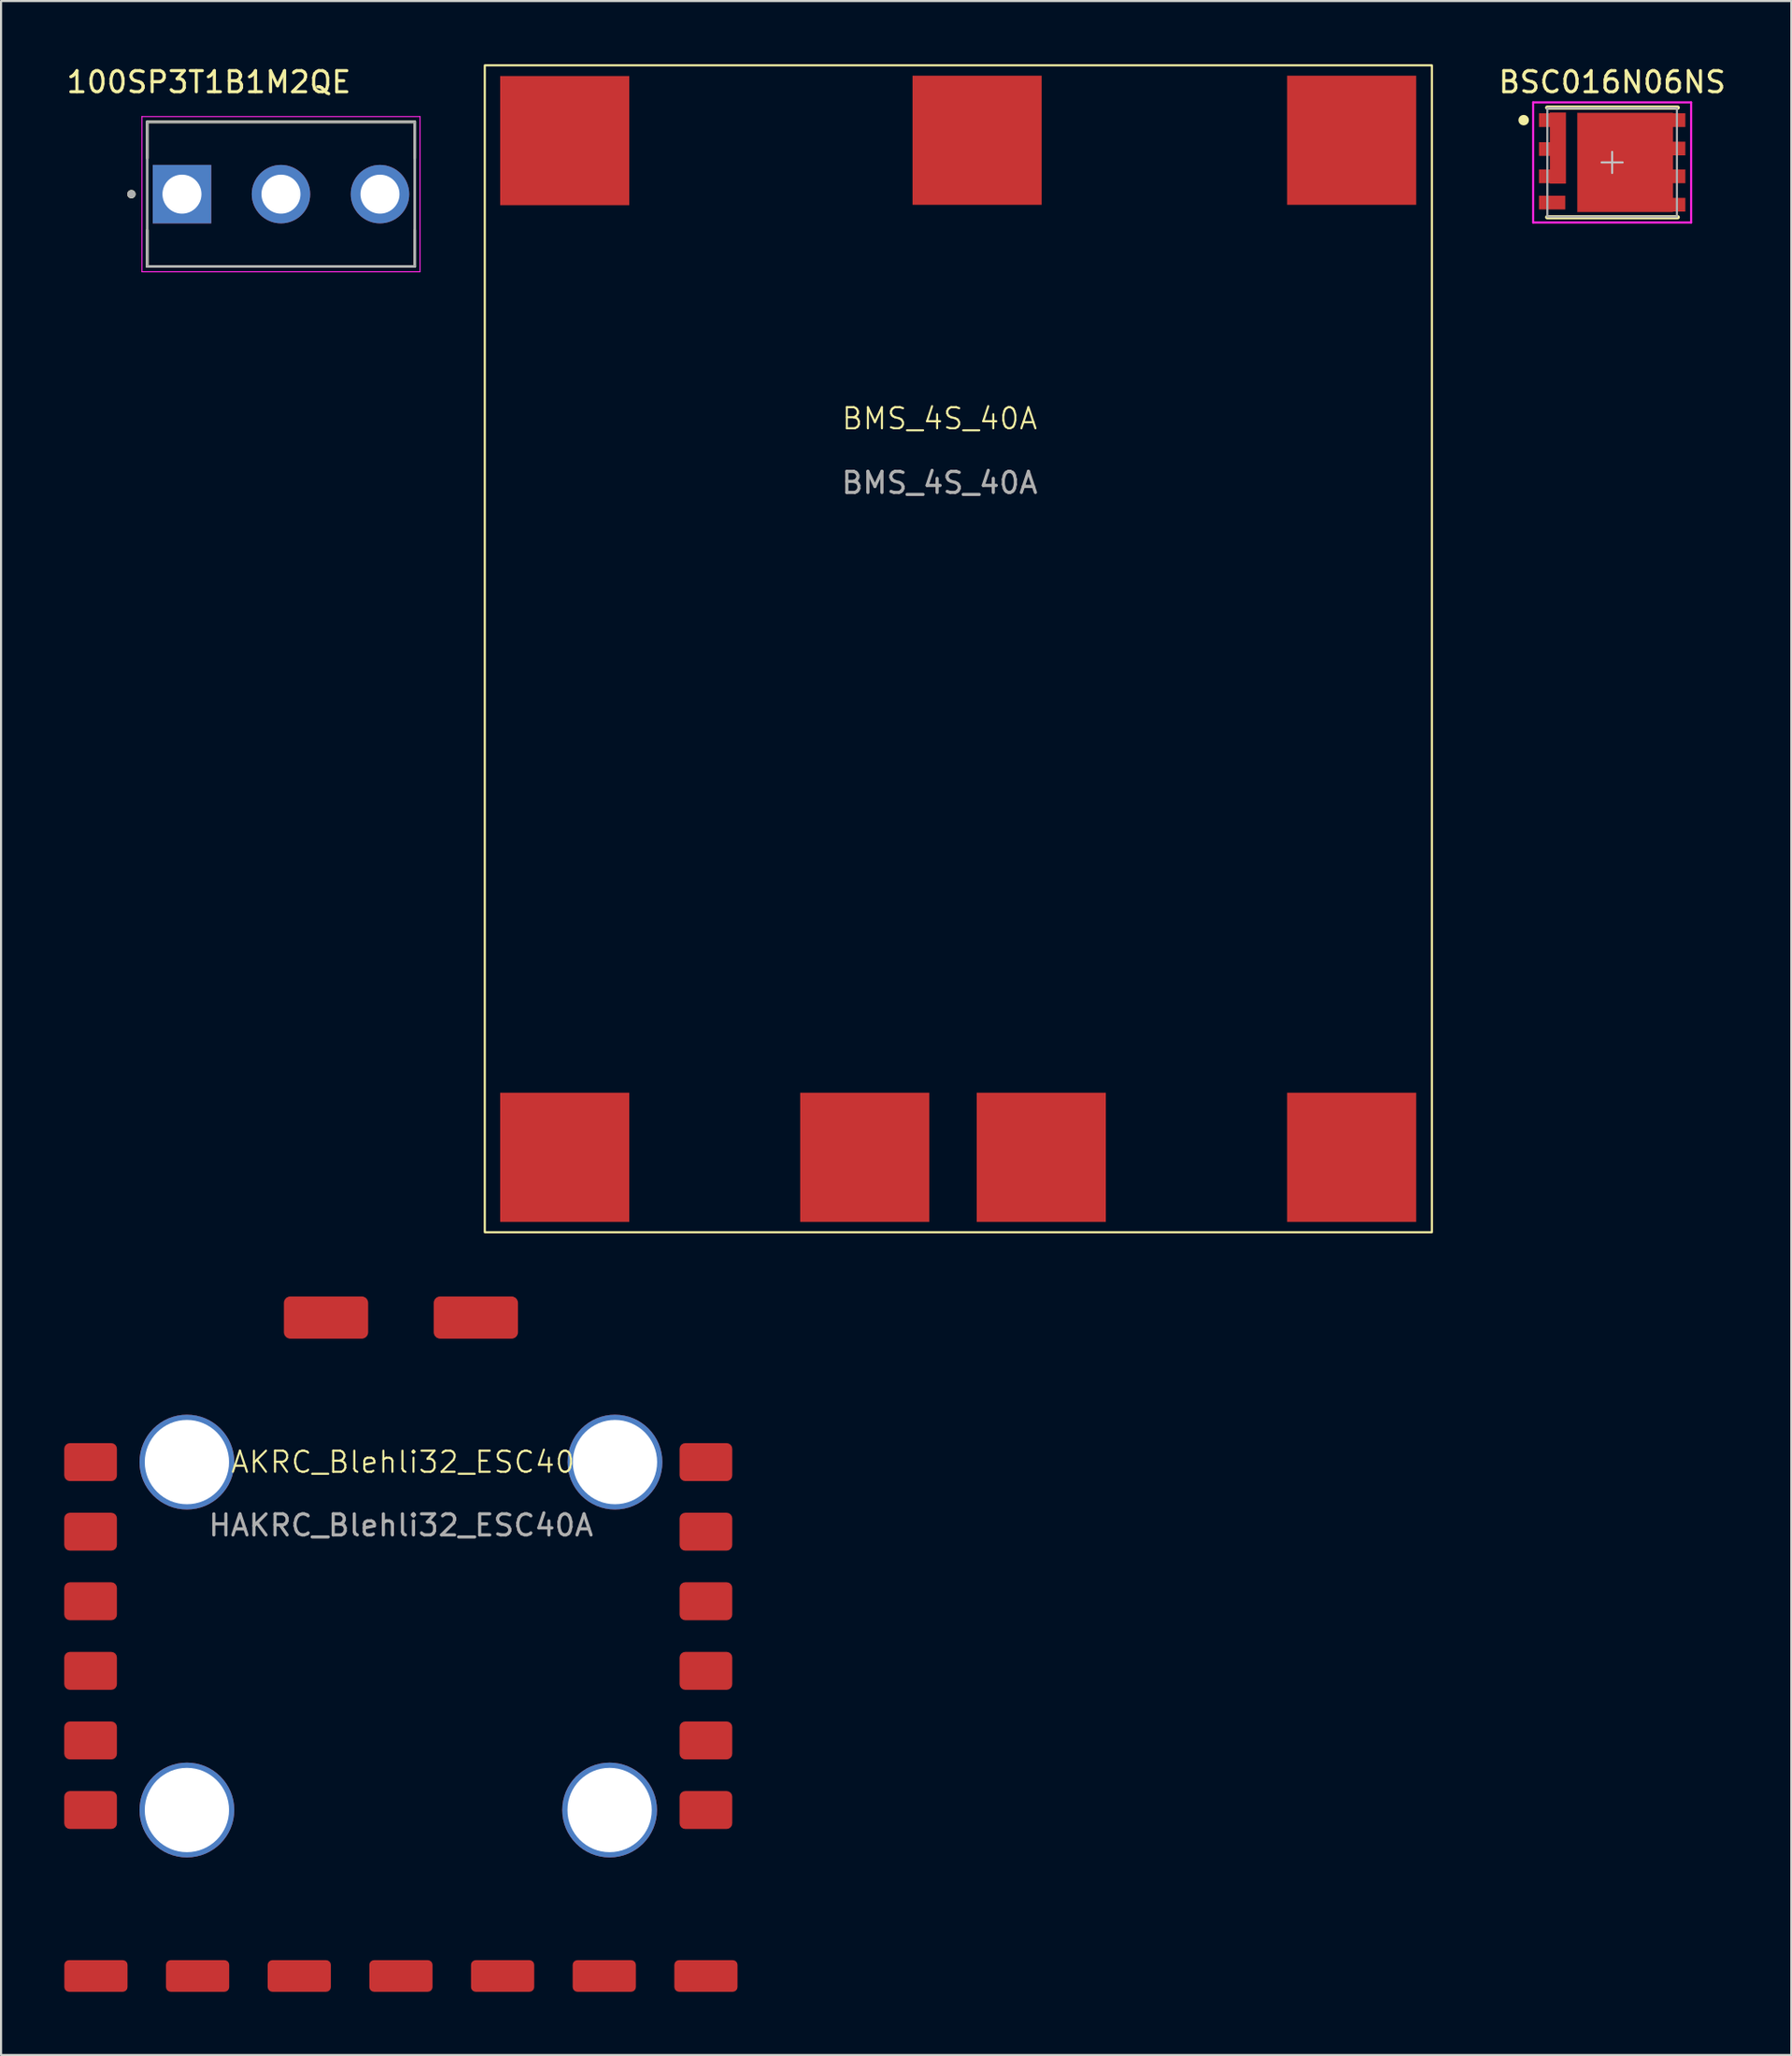
<source format=kicad_pcb>
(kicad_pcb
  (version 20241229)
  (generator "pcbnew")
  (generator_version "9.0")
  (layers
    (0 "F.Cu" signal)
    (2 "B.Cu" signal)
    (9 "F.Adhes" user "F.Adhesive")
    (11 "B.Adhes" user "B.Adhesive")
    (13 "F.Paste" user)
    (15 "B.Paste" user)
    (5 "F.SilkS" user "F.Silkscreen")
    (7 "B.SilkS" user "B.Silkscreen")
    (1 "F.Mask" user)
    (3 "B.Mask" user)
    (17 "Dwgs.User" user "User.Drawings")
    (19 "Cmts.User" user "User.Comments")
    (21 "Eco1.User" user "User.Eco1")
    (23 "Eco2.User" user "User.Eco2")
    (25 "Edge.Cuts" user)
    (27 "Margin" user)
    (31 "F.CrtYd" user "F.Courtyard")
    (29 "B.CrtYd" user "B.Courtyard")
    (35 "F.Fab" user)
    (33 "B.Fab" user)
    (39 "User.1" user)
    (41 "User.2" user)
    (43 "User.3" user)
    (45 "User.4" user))
  (footprint "100SP3T1B1M2QE"
    (layer "F.Cu")
    (at 10.288 6.163)
    (property "Reference" "100SP3T1B1M2QE" (at -3.425 -5.315 0) (layer "F.SilkS") (effects (font (size 1 1) (thickness 0.15))))
    (attr through_hole)
    (fp_line (start -6.35 -3.43) (end 6.35 -3.43) (stroke (width 0.127) (type solid)) (layer "F.SilkS"))
    (fp_line (start -6.35 -1.708) (end -6.35 -3.43) (stroke (width 0.127) (type solid)) (layer "F.SilkS"))
    (fp_line (start -6.35 3.43) (end -6.35 1.708) (stroke (width 0.127) (type solid)) (layer "F.SilkS"))
    (fp_line (start 6.35 -3.43) (end 6.35 -1.708) (stroke (width 0.127) (type solid)) (layer "F.SilkS"))
    (fp_line (start 6.35 3.43) (end -6.35 3.43) (stroke (width 0.127) (type solid)) (layer "F.SilkS"))
    (fp_line (start 6.35 3.43) (end 6.35 1.708) (stroke (width 0.127) (type solid)) (layer "F.SilkS"))
    (fp_circle (center -7.1 0) (end -7 0) (stroke (width 0.2) (type solid)) (fill no) (layer "F.SilkS"))
    (fp_line (start -6.6 -3.68) (end -6.6 3.68) (stroke (width 0.05) (type solid)) (layer "F.CrtYd"))
    (fp_line (start -6.6 3.68) (end 6.6 3.68) (stroke (width 0.05) (type solid)) (layer "F.CrtYd"))
    (fp_line (start 6.6 -3.68) (end -6.6 -3.68) (stroke (width 0.05) (type solid)) (layer "F.CrtYd"))
    (fp_line (start 6.6 3.68) (end 6.6 -3.68) (stroke (width 0.05) (type solid)) (layer "F.CrtYd"))
    (fp_line (start -6.35 -3.43) (end 6.35 -3.43) (stroke (width 0.127) (type solid)) (layer "F.Fab"))
    (fp_line (start -6.35 3.43) (end -6.35 -3.43) (stroke (width 0.127) (type solid)) (layer "F.Fab"))
    (fp_line (start 6.35 -3.43) (end 6.35 3.43) (stroke (width 0.127) (type solid)) (layer "F.Fab"))
    (fp_line (start 6.35 3.43) (end -6.35 3.43) (stroke (width 0.127) (type solid)) (layer "F.Fab"))
    (fp_circle (center -7.1 0) (end -7 0) (stroke (width 0.2) (type solid)) (fill no) (layer "F.Fab"))
    (pad "1" thru_hole rect (at -4.7 0) (size 2.775 2.775) (drill 1.85) (layers "*.Cu" "*.Mask"))
    (pad "2" thru_hole circle (at 0 0) (size 2.775 2.775) (drill 1.85) (layers "*.Cu" "*.Mask"))
    (pad "3" thru_hole circle (at 4.7 0) (size 2.775 2.775) (drill 1.85) (layers "*.Cu" "*.Mask")))
  (footprint "HAKRC_Blehli32_ESC40A"
    (layer "F.Cu")
    (at 15.982 66.33)
    (property "Reference" "HAKRC_Blehli32_ESC40A" (at 0 0 0) (unlocked yes) (layer "F.SilkS") (effects (font (size 1 1) (thickness 0.1))))
    (attr smd)
    (fp_text user "${REFERENCE}" (at 0 3 0) (unlocked yes) (layer "F.Fab") (effects (font (size 1 1) (thickness 0.15))))
    (pad "1" smd roundrect (at -14.732 0) (size 2.5 1.8) (layers "F.Cu" "F.Mask" "F.Paste") (roundrect_rratio 0.15))
    (pad "1" smd roundrect (at -14.732 3.302) (size 2.5 1.8) (layers "F.Cu" "F.Mask" "F.Paste") (roundrect_rratio 0.15))
    (pad "1" smd roundrect (at -14.732 6.604) (size 2.5 1.8) (layers "F.Cu" "F.Mask" "F.Paste") (roundrect_rratio 0.15))
    (pad "2" smd roundrect (at -14.732 9.906) (size 2.5 1.8) (layers "F.Cu" "F.Mask" "F.Paste") (roundrect_rratio 0.15))
    (pad "2" smd roundrect (at -14.732 13.208) (size 2.5 1.8) (layers "F.Cu" "F.Mask" "F.Paste") (roundrect_rratio 0.15))
    (pad "2" smd roundrect (at -14.732 16.51) (size 2.5 1.8) (layers "F.Cu" "F.Mask" "F.Paste") (roundrect_rratio 0.15))
    (pad "3" smd roundrect (at 14.478 0) (size 2.5 1.8) (layers "F.Cu" "F.Mask" "F.Paste") (roundrect_rratio 0.15))
    (pad "3" smd roundrect (at 14.478 3.302) (size 2.5 1.8) (layers "F.Cu" "F.Mask" "F.Paste") (roundrect_rratio 0.15))
    (pad "3" smd roundrect (at 14.478 6.604) (size 2.5 1.8) (layers "F.Cu" "F.Mask" "F.Paste") (roundrect_rratio 0.15))
    (pad "4" smd roundrect (at 14.478 9.906) (size 2.5 1.8) (layers "F.Cu" "F.Mask" "F.Paste") (roundrect_rratio 0.15))
    (pad "4" smd roundrect (at 14.478 13.208) (size 2.5 1.8) (layers "F.Cu" "F.Mask" "F.Paste") (roundrect_rratio 0.15))
    (pad "4" smd roundrect (at 14.478 16.51) (size 2.5 1.8) (layers "F.Cu" "F.Mask" "F.Paste") (roundrect_rratio 0.15))
    (pad "5" smd roundrect (at -3.556 -6.858) (size 4 2) (layers "F.Cu" "F.Mask" "F.Paste") (roundrect_rratio 0.15))
    (pad "6" smd roundrect (at 3.556 -6.858) (size 4 2) (layers "F.Cu" "F.Mask" "F.Paste") (roundrect_rratio 0.15))
    (pad "7" smd roundrect (at 14.478 24.384 90) (size 1.5 3) (layers "F.Cu" "F.Mask" "F.Paste") (roundrect_rratio 0.15))
    (pad "8" smd roundrect (at 9.652 24.384 90) (size 1.5 3) (layers "F.Cu" "F.Mask" "F.Paste") (roundrect_rratio 0.15))
    (pad "9" smd roundrect (at 4.826 24.384 90) (size 1.5 3) (layers "F.Cu" "F.Mask" "F.Paste") (roundrect_rratio 0.15))
    (pad "10" smd roundrect (at 0 24.384 90) (size 1.5 3) (layers "F.Cu" "F.Mask" "F.Paste") (roundrect_rratio 0.15))
    (pad "11" smd roundrect (at -4.826 24.384 90) (size 1.5 3) (layers "F.Cu" "F.Mask" "F.Paste") (roundrect_rratio 0.15))
    (pad "12" smd roundrect (at -9.652 24.384 90) (size 1.5 3) (layers "F.Cu" "F.Mask" "F.Paste") (roundrect_rratio 0.15))
    (pad "13" smd roundrect (at -14.478 24.384 90) (size 1.5 3) (layers "F.Cu" "F.Mask" "F.Paste") (roundrect_rratio 0.15))
    (pad "14" thru_hole circle (at -10.16 0 90) (size 4.5 4.5) (drill 4) (layers "*.Cu" "*.Mask"))
    (pad "14" thru_hole circle (at -10.16 16.51 90) (size 4.5 4.5) (drill 4) (layers "*.Cu" "*.Mask"))
    (pad "14" thru_hole circle (at 9.906 16.51 90) (size 4.5 4.5) (drill 4) (layers "*.Cu" "*.Mask"))
    (pad "14" thru_hole circle (at 10.16 0 90) (size 4.5 4.5) (drill 4) (layers "*.Cu" "*.Mask")))
  (footprint "BMS_4S_40A"
    (layer "F.Cu")
    (at 41.553 29.006)
    (property "Reference" "BMS_4S_40A" (at 0 -12.192 0) (unlocked yes) (layer "F.SilkS") (effects (font (size 1 1) (thickness 0.1))))
    (attr smd)
    (fp_rect (start -21.59 -28.956) (end 23.368 26.416) (stroke (width 0.1) (type default)) (fill no) (layer "F.SilkS"))
    (fp_text user "${REFERENCE}" (at 0 -9.144 0) (unlocked yes) (layer "F.Fab") (effects (font (size 1 1) (thickness 0.15))))
    (pad "1" smd rect (at -17.796 -25.384) (size 6.128 6.128) (layers "F.Cu" "F.Mask" "F.Paste"))
    (pad "3" smd rect (at -17.796 22.86) (size 6.128 6.128) (layers "F.Cu" "F.Mask" "F.Paste"))
    (pad "3" smd rect (at -3.556 22.86) (size 6.128 6.128) (layers "F.Cu" "F.Mask" "F.Paste"))
    (pad "3" smd rect (at 1.778 -25.4) (size 6.128 6.128) (layers "F.Cu" "F.Mask" "F.Paste"))
    (pad "3" smd rect (at 4.826 22.86) (size 6.128 6.128) (layers "F.Cu" "F.Mask" "F.Paste"))
    (pad "3" smd rect (at 19.558 -25.4) (size 6.128 6.128) (layers "F.Cu" "F.Mask" "F.Paste"))
    (pad "3" smd rect (at 19.558 22.86) (size 6.128 6.128) (layers "F.Cu" "F.Mask" "F.Paste")))
  (footprint "BSC016N06NS"
    (layer "F.Cu")
    (at 73.477 4.658)
    (property "Reference" "BSC016N06NS" (at 0 -3.81 0) (layer "F.SilkS") (effects (font (size 1 1) (thickness 0.15))))
    (attr smd)
    (fp_poly (pts (xy -2.95 -2.365) (xy -2.2 -2.365) (xy -2.2 1) (xy -2.95 1)) (stroke (width 0.01) (type solid)) (fill yes) (layer "F.Cu"))
    (fp_poly (pts (xy -1.65 -2.35) (xy 2.884 -2.35) (xy 2.884 2.35) (xy -1.65 2.35)) (stroke (width 0.01) (type solid)) (fill yes) (layer "F.Cu"))
    (fp_poly (pts (xy -2.95 -2.365) (xy -2.2 -2.365) (xy -2.2 1) (xy -2.95 1)) (stroke (width 0.01) (type solid)) (fill yes) (layer "F.Mask"))
    (fp_poly (pts (xy -1.65 -2.35) (xy 2.884 -2.35) (xy 2.884 2.35) (xy -1.65 2.35)) (stroke (width 0.01) (type solid)) (fill yes) (layer "F.Mask"))
    (fp_line (start -3.084 -2.6) (end 3.115 -2.6) (stroke (width 0.2) (type solid)) (layer "F.SilkS"))
    (fp_line (start -3.084 2.6) (end 3.115 2.6) (stroke (width 0.2) (type solid)) (layer "F.SilkS"))
    (fp_circle (center -4.2 -2.007) (end -4.075 -2.007) (stroke (width 0.25) (type solid)) (fill no) (layer "F.SilkS"))
    (fp_poly (pts (xy -2.95 -2.365) (xy -2.2 -2.365) (xy -2.2 1) (xy -2.95 1)) (stroke (width 0.01) (type solid)) (fill yes) (layer "F.Paste"))
    (fp_poly (pts (xy -1.65 -2.35) (xy 2.884 -2.35) (xy 2.884 2.35) (xy -1.65 2.35)) (stroke (width 0.01) (type solid)) (fill yes) (layer "F.Paste"))
    (fp_line (start -0.5 0) (end 0.5 0) (stroke (width 0.1) (type solid)) (layer "Dwgs.User"))
    (fp_line (start 0 0.5) (end 0 -0.5) (stroke (width 0.1) (type solid)) (layer "Dwgs.User"))
    (fp_line (start -3.75 -2.85) (end 3.75 -2.85) (stroke (width 0.1) (type solid)) (layer "F.CrtYd"))
    (fp_line (start -3.75 2.85) (end -3.75 -2.85) (stroke (width 0.1) (type solid)) (layer "F.CrtYd"))
    (fp_line (start -3.75 2.85) (end 3.75 2.85) (stroke (width 0.1) (type solid)) (layer "F.CrtYd"))
    (fp_line (start 3.75 2.85) (end 3.75 -2.85) (stroke (width 0.1) (type solid)) (layer "F.CrtYd"))
    (fp_line (start -3.075 -2.575) (end 3.075 -2.575) (stroke (width 0.1) (type solid)) (layer "F.Fab"))
    (fp_line (start -3.075 2.575) (end -3.075 -2.575) (stroke (width 0.1) (type solid)) (layer "F.Fab"))
    (fp_line (start -3.075 2.575) (end 3.075 2.575) (stroke (width 0.1) (type solid)) (layer "F.Fab"))
    (fp_line (start 3.075 2.575) (end 3.075 -2.575) (stroke (width 0.1) (type solid)) (layer "F.Fab"))
    (pad "1" smd rect (at -2.85 -2.007) (size 1.25 0.65) (layers "F.Cu" "F.Mask" "F.Paste"))
    (pad "2" smd rect (at -2.85 -0.635) (size 1.25 0.65) (layers "F.Cu" "F.Mask" "F.Paste"))
    (pad "3" smd rect (at -2.85 0.66) (size 1.25 0.65) (layers "F.Cu" "F.Mask" "F.Paste"))
    (pad "4" smd rect (at -2.85 1.905) (size 1.25 0.65) (layers "F.Cu" "F.Mask" "F.Paste"))
    (pad "5" smd rect (at 2.85 2.007) (size 1.25 0.65) (layers "F.Cu" "F.Mask" "F.Paste"))
    (pad "6" smd rect (at 2.85 0.66) (size 1.25 0.65) (layers "F.Cu" "F.Mask" "F.Paste"))
    (pad "7" smd rect (at 2.85 -0.66) (size 1.25 0.65) (layers "F.Cu" "F.Mask" "F.Paste"))
    (pad "8" smd rect (at 2.85 -2.007) (size 1.25 0.65) (layers "F.Cu" "F.Mask" "F.Paste")))
  (gr_rect
    (start -3 -3)
    (end 81.983 94.464)
    (stroke (width 0.1) (type default))
    (fill no)
    (layer "Edge.Cuts")))
</source>
